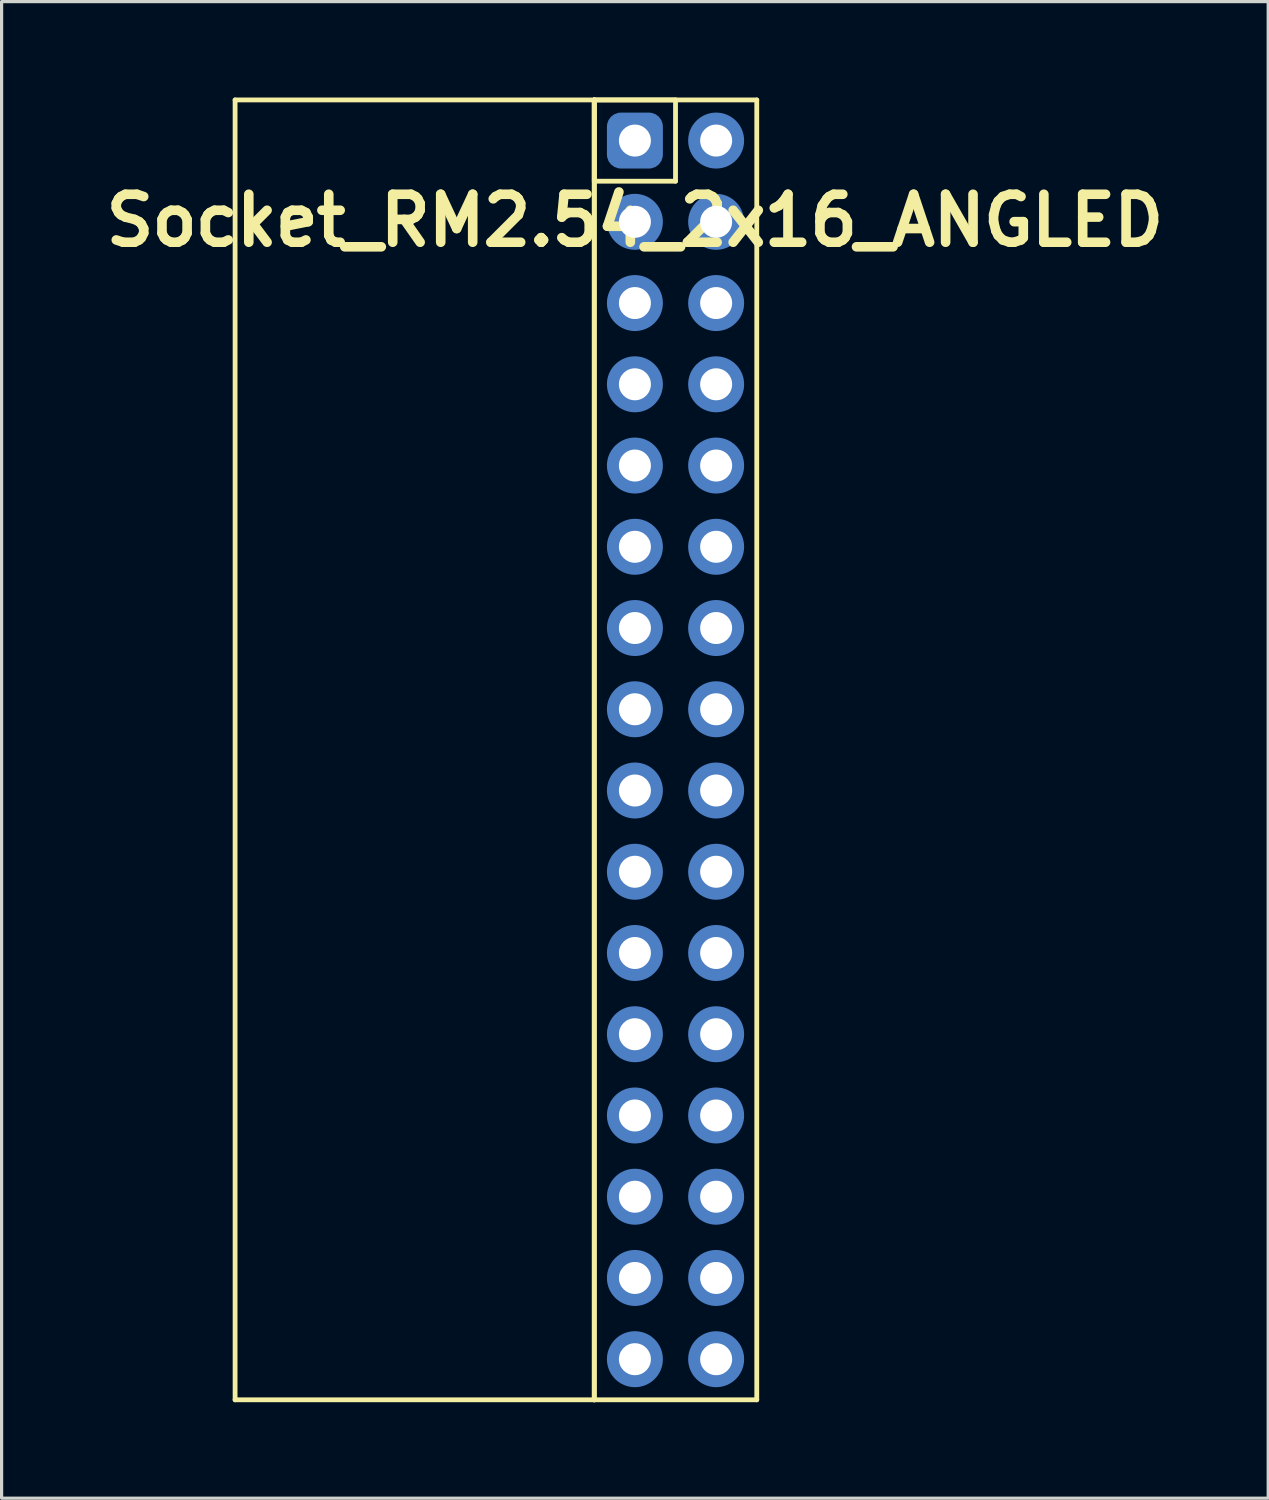
<source format=kicad_pcb>
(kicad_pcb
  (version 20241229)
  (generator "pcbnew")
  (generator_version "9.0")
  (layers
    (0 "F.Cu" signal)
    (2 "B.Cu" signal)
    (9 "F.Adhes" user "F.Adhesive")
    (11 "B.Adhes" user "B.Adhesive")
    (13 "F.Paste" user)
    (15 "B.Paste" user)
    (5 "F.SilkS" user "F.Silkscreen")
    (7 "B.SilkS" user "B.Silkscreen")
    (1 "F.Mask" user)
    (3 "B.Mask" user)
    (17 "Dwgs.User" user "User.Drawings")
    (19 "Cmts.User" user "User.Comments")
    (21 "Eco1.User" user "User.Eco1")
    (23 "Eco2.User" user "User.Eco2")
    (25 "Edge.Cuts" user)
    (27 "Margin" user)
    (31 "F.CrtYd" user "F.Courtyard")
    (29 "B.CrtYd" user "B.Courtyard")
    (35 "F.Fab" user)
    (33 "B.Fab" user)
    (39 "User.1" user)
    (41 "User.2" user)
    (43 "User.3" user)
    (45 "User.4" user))
  (footprint "Socket_RM2.54_2x16_ANGLED"
    (layer "F.Cu")
    (at 16.8 1.345)
    (property "Reference" "Socket_RM2.54_2x16_ANGLED" (at 0 2.5 0) (layer "F.SilkS") (effects (font (size 1.5 1.5) (thickness 0.3))))
    (attr through_hole)
    (fp_line (start -12.5 -1.27) (end -1.27 -1.27) (stroke (width 0.15) (type solid)) (layer "F.SilkS"))
    (fp_line (start -12.5 39.37) (end -12.5 -1.27) (stroke (width 0.15) (type solid)) (layer "F.SilkS"))
    (fp_line (start -1.27 -1.27) (end -1.27 39.37) (stroke (width 0.15) (type solid)) (layer "F.SilkS"))
    (fp_line (start -1.27 -1.27) (end 1.27 -1.27) (stroke (width 0.15) (type solid)) (layer "F.SilkS"))
    (fp_line (start -1.27 -1.27) (end 3.81 -1.27) (stroke (width 0.15) (type solid)) (layer "F.SilkS"))
    (fp_line (start -1.27 1.27) (end -1.27 -1.27) (stroke (width 0.15) (type solid)) (layer "F.SilkS"))
    (fp_line (start -1.27 39.37) (end -12.5 39.37) (stroke (width 0.15) (type solid)) (layer "F.SilkS"))
    (fp_line (start -1.27 39.37) (end -1.27 -1.27) (stroke (width 0.15) (type solid)) (layer "F.SilkS"))
    (fp_line (start 1.27 -1.27) (end 1.27 1.27) (stroke (width 0.15) (type solid)) (layer "F.SilkS"))
    (fp_line (start 1.27 1.27) (end -1.27 1.27) (stroke (width 0.15) (type solid)) (layer "F.SilkS"))
    (fp_line (start 3.81 -1.27) (end 3.81 39.37) (stroke (width 0.15) (type solid)) (layer "F.SilkS"))
    (fp_line (start 3.81 39.37) (end -1.27 39.37) (stroke (width 0.15) (type solid)) (layer "F.SilkS"))
    (pad "1" thru_hole circle (at 0 0) (size 1.3 1.3) (drill 1) (layers "*.Cu" "*.Mask"))
    (pad "1" smd roundrect (at 0 0) (size 1.5 1.5) (layers "F.Cu" "F.Mask") (roundrect_rratio 0.25))
    (pad "1" smd roundrect (at 0 0) (size 1.75 1.75) (layers "B.Cu" "B.Mask") (roundrect_rratio 0.25))
    (pad "2" thru_hole circle (at 2.54 0) (size 1.3 1.3) (drill 1) (layers "*.Cu" "*.Mask"))
    (pad "2" smd circle (at 2.54 0) (size 1.5 1.5) (layers "F.Cu" "F.Mask"))
    (pad "2" smd circle (at 2.54 0) (size 1.75 1.75) (layers "B.Cu" "B.Mask"))
    (pad "3" thru_hole circle (at 0 2.54) (size 1.3 1.3) (drill 1) (layers "*.Cu" "*.Mask"))
    (pad "3" smd circle (at 0 2.54) (size 1.5 1.5) (layers "F.Cu" "F.Mask"))
    (pad "3" smd circle (at 0 2.54) (size 1.75 1.75) (layers "B.Cu" "B.Mask"))
    (pad "4" thru_hole circle (at 2.54 2.54) (size 1.3 1.3) (drill 1) (layers "*.Cu" "*.Mask"))
    (pad "4" smd circle (at 2.54 2.54) (size 1.5 1.5) (layers "F.Cu" "F.Mask"))
    (pad "4" smd circle (at 2.54 2.54) (size 1.75 1.75) (layers "B.Cu" "B.Mask"))
    (pad "5" thru_hole circle (at 0 5.08) (size 1.3 1.3) (drill 1) (layers "*.Cu" "*.Mask"))
    (pad "5" smd circle (at 0 5.08) (size 1.5 1.5) (layers "F.Cu" "F.Mask"))
    (pad "5" smd circle (at 0 5.08) (size 1.75 1.75) (layers "B.Cu" "B.Mask"))
    (pad "6" thru_hole circle (at 2.54 5.08) (size 1.3 1.3) (drill 1) (layers "*.Cu" "*.Mask"))
    (pad "6" smd circle (at 2.54 5.08) (size 1.5 1.5) (layers "F.Cu" "F.Mask"))
    (pad "6" smd circle (at 2.54 5.08) (size 1.75 1.75) (layers "B.Cu" "B.Mask"))
    (pad "7" thru_hole circle (at 0 7.62) (size 1.3 1.3) (drill 1) (layers "*.Cu" "*.Mask"))
    (pad "7" smd circle (at 0 7.62) (size 1.5 1.5) (layers "F.Cu" "F.Mask"))
    (pad "7" smd circle (at 0 7.62) (size 1.75 1.75) (layers "B.Cu" "B.Mask"))
    (pad "8" thru_hole circle (at 2.54 7.62) (size 1.3 1.3) (drill 1) (layers "*.Cu" "*.Mask"))
    (pad "8" smd circle (at 2.54 7.62) (size 1.5 1.5) (layers "F.Cu" "F.Mask"))
    (pad "8" smd circle (at 2.54 7.62) (size 1.75 1.75) (layers "B.Cu" "B.Mask"))
    (pad "9" thru_hole circle (at 0 10.16) (size 1.3 1.3) (drill 1) (layers "*.Cu" "*.Mask"))
    (pad "9" smd circle (at 0 10.16) (size 1.5 1.5) (layers "F.Cu" "F.Mask"))
    (pad "9" smd circle (at 0 10.16) (size 1.75 1.75) (layers "B.Cu" "B.Mask"))
    (pad "10" thru_hole circle (at 2.54 10.16) (size 1.3 1.3) (drill 1) (layers "*.Cu" "*.Mask"))
    (pad "10" smd circle (at 2.54 10.16) (size 1.5 1.5) (layers "F.Cu" "F.Mask"))
    (pad "10" smd circle (at 2.54 10.16) (size 1.75 1.75) (layers "B.Cu" "B.Mask"))
    (pad "11" thru_hole circle (at 0 12.7) (size 1.3 1.3) (drill 1) (layers "*.Cu" "*.Mask"))
    (pad "11" smd circle (at 0 12.7) (size 1.5 1.5) (layers "F.Cu" "F.Mask"))
    (pad "11" smd circle (at 0 12.7) (size 1.75 1.75) (layers "B.Cu" "B.Mask"))
    (pad "12" thru_hole circle (at 2.54 12.7) (size 1.3 1.3) (drill 1) (layers "*.Cu" "*.Mask"))
    (pad "12" smd circle (at 2.54 12.7) (size 1.5 1.5) (layers "F.Cu" "F.Mask"))
    (pad "12" smd circle (at 2.54 12.7) (size 1.75 1.75) (layers "B.Cu" "B.Mask"))
    (pad "13" thru_hole circle (at 0 15.24) (size 1.3 1.3) (drill 1) (layers "*.Cu" "*.Mask"))
    (pad "13" smd circle (at 0 15.24) (size 1.5 1.5) (layers "F.Cu" "F.Mask"))
    (pad "13" smd circle (at 0 15.24) (size 1.75 1.75) (layers "B.Cu" "B.Mask"))
    (pad "14" thru_hole circle (at 2.54 15.24) (size 1.3 1.3) (drill 1) (layers "*.Cu" "*.Mask"))
    (pad "14" smd circle (at 2.54 15.24) (size 1.5 1.5) (layers "F.Cu" "F.Mask"))
    (pad "14" smd circle (at 2.54 15.24) (size 1.75 1.75) (layers "B.Cu" "B.Mask"))
    (pad "15" thru_hole circle (at 0 17.78) (size 1.3 1.3) (drill 1) (layers "*.Cu" "*.Mask"))
    (pad "15" smd circle (at 0 17.78) (size 1.5 1.5) (layers "F.Cu" "F.Mask"))
    (pad "15" smd circle (at 0 17.78) (size 1.75 1.75) (layers "B.Cu" "B.Mask"))
    (pad "16" thru_hole circle (at 2.54 17.78) (size 1.3 1.3) (drill 1) (layers "*.Cu" "*.Mask"))
    (pad "16" smd circle (at 2.54 17.78) (size 1.5 1.5) (layers "F.Cu" "F.Mask"))
    (pad "16" smd circle (at 2.54 17.78) (size 1.75 1.75) (layers "B.Cu" "B.Mask"))
    (pad "17" thru_hole circle (at 0 20.32) (size 1.3 1.3) (drill 1) (layers "*.Cu" "*.Mask"))
    (pad "17" smd circle (at 0 20.32) (size 1.5 1.5) (layers "F.Cu" "F.Mask"))
    (pad "17" smd circle (at 0 20.32) (size 1.75 1.75) (layers "B.Cu" "B.Mask"))
    (pad "18" thru_hole circle (at 2.54 20.32) (size 1.3 1.3) (drill 1) (layers "*.Cu" "*.Mask"))
    (pad "18" smd circle (at 2.54 20.32) (size 1.5 1.5) (layers "F.Cu" "F.Mask"))
    (pad "18" smd circle (at 2.54 20.32) (size 1.75 1.75) (layers "B.Cu" "B.Mask"))
    (pad "19" thru_hole circle (at 0 22.86) (size 1.3 1.3) (drill 1) (layers "*.Cu" "*.Mask"))
    (pad "19" smd circle (at 0 22.86) (size 1.5 1.5) (layers "F.Cu" "F.Mask"))
    (pad "19" smd circle (at 0 22.86) (size 1.75 1.75) (layers "B.Cu" "B.Mask"))
    (pad "20" thru_hole circle (at 2.54 22.86) (size 1.3 1.3) (drill 1) (layers "*.Cu" "*.Mask"))
    (pad "20" smd circle (at 2.54 22.86) (size 1.5 1.5) (layers "F.Cu" "F.Mask"))
    (pad "20" smd circle (at 2.54 22.86) (size 1.75 1.75) (layers "B.Cu" "B.Mask"))
    (pad "21" thru_hole circle (at 0 25.4) (size 1.3 1.3) (drill 1) (layers "*.Cu" "*.Mask"))
    (pad "21" smd circle (at 0 25.4) (size 1.5 1.5) (layers "F.Cu" "F.Mask"))
    (pad "21" smd circle (at 0 25.4) (size 1.75 1.75) (layers "B.Cu" "B.Mask"))
    (pad "22" thru_hole circle (at 2.54 25.4) (size 1.3 1.3) (drill 1) (layers "*.Cu" "*.Mask"))
    (pad "22" smd circle (at 2.54 25.4) (size 1.5 1.5) (layers "F.Cu" "F.Mask"))
    (pad "22" smd circle (at 2.54 25.4) (size 1.75 1.75) (layers "B.Cu" "B.Mask"))
    (pad "23" thru_hole circle (at 0 27.94) (size 1.3 1.3) (drill 1) (layers "*.Cu" "*.Mask"))
    (pad "23" smd circle (at 0 27.94) (size 1.5 1.5) (layers "F.Cu" "F.Mask"))
    (pad "23" smd circle (at 0 27.94) (size 1.75 1.75) (layers "B.Cu" "B.Mask"))
    (pad "24" thru_hole circle (at 2.54 27.94) (size 1.3 1.3) (drill 1) (layers "*.Cu" "*.Mask"))
    (pad "24" smd circle (at 2.54 27.94) (size 1.5 1.5) (layers "F.Cu" "F.Mask"))
    (pad "24" smd circle (at 2.54 27.94) (size 1.75 1.75) (layers "B.Cu" "B.Mask"))
    (pad "25" thru_hole circle (at 0 30.48) (size 1.3 1.3) (drill 1) (layers "*.Cu" "*.Mask"))
    (pad "25" smd circle (at 0 30.48) (size 1.5 1.5) (layers "F.Cu" "F.Mask"))
    (pad "25" smd circle (at 0 30.48) (size 1.75 1.75) (layers "B.Cu" "B.Mask"))
    (pad "26" thru_hole circle (at 2.54 30.48) (size 1.3 1.3) (drill 1) (layers "*.Cu" "*.Mask"))
    (pad "26" smd circle (at 2.54 30.48) (size 1.5 1.5) (layers "F.Cu" "F.Mask"))
    (pad "26" smd circle (at 2.54 30.48) (size 1.75 1.75) (layers "B.Cu" "B.Mask"))
    (pad "27" thru_hole circle (at 0 33.02) (size 1.3 1.3) (drill 1) (layers "*.Cu" "*.Mask"))
    (pad "27" smd circle (at 0 33.02) (size 1.5 1.5) (layers "F.Cu" "F.Mask"))
    (pad "27" smd circle (at 0 33.02) (size 1.75 1.75) (layers "B.Cu" "B.Mask"))
    (pad "28" thru_hole circle (at 2.54 33.02) (size 1.3 1.3) (drill 1) (layers "*.Cu" "*.Mask"))
    (pad "28" smd circle (at 2.54 33.02) (size 1.5 1.5) (layers "F.Cu" "F.Mask"))
    (pad "28" smd circle (at 2.54 33.02) (size 1.75 1.75) (layers "B.Cu" "B.Mask"))
    (pad "29" thru_hole circle (at 0 35.56) (size 1.3 1.3) (drill 1) (layers "*.Cu" "*.Mask"))
    (pad "29" smd circle (at 0 35.56) (size 1.5 1.5) (layers "F.Cu" "F.Mask"))
    (pad "29" smd circle (at 0 35.56) (size 1.75 1.75) (layers "B.Cu" "B.Mask"))
    (pad "30" thru_hole circle (at 2.54 35.56) (size 1.3 1.3) (drill 1) (layers "*.Cu" "*.Mask"))
    (pad "30" smd circle (at 2.54 35.56) (size 1.5 1.5) (layers "F.Cu" "F.Mask"))
    (pad "30" smd circle (at 2.54 35.56) (size 1.75 1.75) (layers "B.Cu" "B.Mask"))
    (pad "31" thru_hole circle (at 0 38.1) (size 1.3 1.3) (drill 1) (layers "*.Cu" "*.Mask"))
    (pad "31" smd circle (at 0 38.1) (size 1.5 1.5) (layers "F.Cu" "F.Mask"))
    (pad "31" smd circle (at 0 38.1) (size 1.75 1.75) (layers "B.Cu" "B.Mask"))
    (pad "32" thru_hole circle (at 2.54 38.1) (size 1.3 1.3) (drill 1) (layers "*.Cu" "*.Mask"))
    (pad "32" smd circle (at 2.54 38.1) (size 1.5 1.5) (layers "F.Cu" "F.Mask"))
    (pad "32" smd circle (at 2.54 38.1) (size 1.75 1.75) (layers "B.Cu" "B.Mask")))
  (gr_rect
    (start -3 -3)
    (end 36.6 43.79)
    (stroke (width 0.1) (type default))
    (fill no)
    (layer "Edge.Cuts")))
</source>
